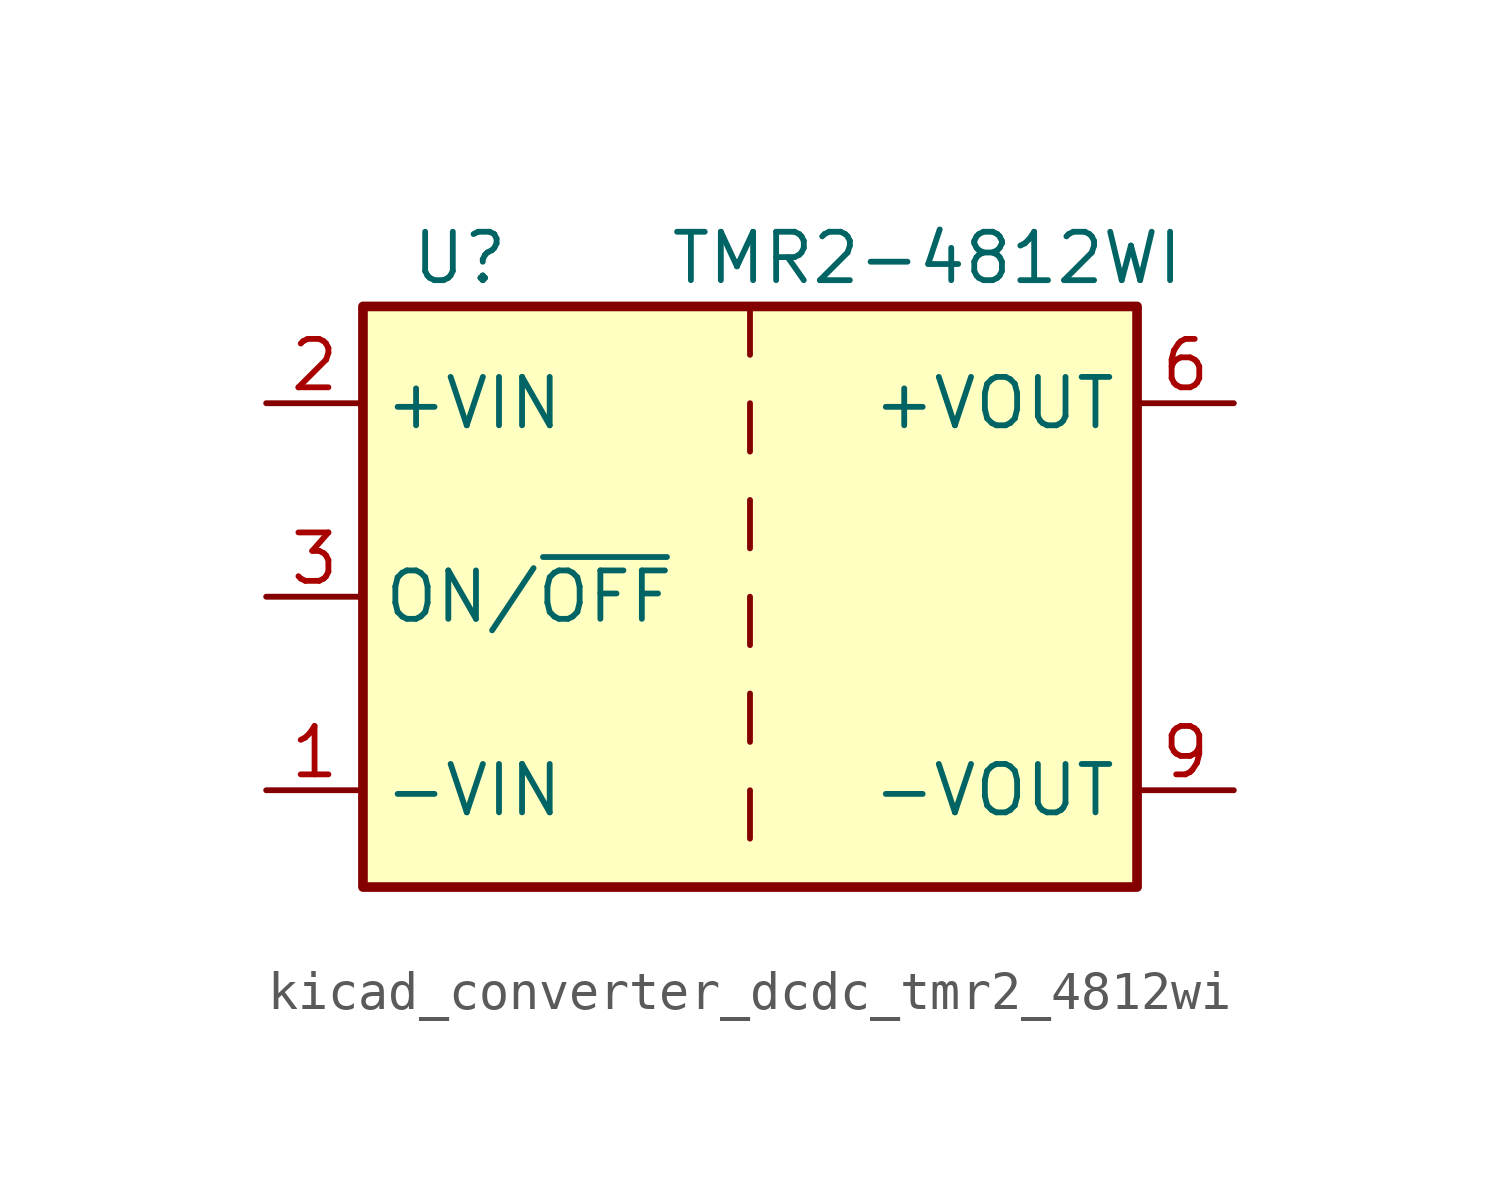
<source format=kicad_sym>
(kicad_symbol_lib
  (version 20220914)
  (generator kicad_symbol_editor)
  (symbol "kicad_converter_dcdc_tmr2_4812wi"
    (property "Reference" "U"
      (at -7.62 8.89 0)
      (effects (font (size 1.27 1.27))))
    (property "Value" "TMR2-4812WI"
      (at 11.43 8.89 0)
      (effects (font (size 1.27 1.27)) (justify right)))
    (symbol "kicad_converter_dcdc_tmr2_4812wi_0_1"
      (rectangle (start -10.16 7.62) (end 10.16 -7.62) (stroke (width 0.254) (type default)) (fill (type background)))
      (polyline (pts (xy 0 -5.08) (xy 0 -6.35)) (stroke (width 0) (type default)) (fill (type none)))
      (polyline (pts (xy 0 -2.54) (xy 0 -3.81)) (stroke (width 0) (type default)) (fill (type none)))
      (polyline (pts (xy 0 0) (xy 0 -1.27)) (stroke (width 0) (type default)) (fill (type none)))
      (polyline (pts (xy 0 2.54) (xy 0 1.27)) (stroke (width 0) (type default)) (fill (type none)))
      (polyline (pts (xy 0 5.08) (xy 0 3.81)) (stroke (width 0) (type default)) (fill (type none)))
      (polyline (pts (xy 0 7.62) (xy 0 6.35)) (stroke (width 0) (type default)) (fill (type none))))
    (symbol "kicad_converter_dcdc_tmr2_4812wi_1_1"
      (pin power_in line (at -12.7 -5.08 0) (length 2.54) (name "-VIN" (effects (font (size 1.27 1.27)))) (number "1" (effects (font (size 1.27 1.27)))))
      (pin power_in line (at -12.7 5.08 0) (length 2.54) (name "+VIN" (effects (font (size 1.27 1.27)))) (number "2" (effects (font (size 1.27 1.27)))))
      (pin input line (at -12.7 0 0) (length 2.54) (name "ON/~{OFF}" (effects (font (size 1.27 1.27)))) (number "3" (effects (font (size 1.27 1.27)))))
      (pin power_out line (at 12.7 5.08 180) (length 2.54) (name "+VOUT" (effects (font (size 1.27 1.27)))) (number "6" (effects (font (size 1.27 1.27)))))
      (pin no_connect line (at 10.16 2.54 180) (length 2.54) hide (name "NC" (effects (font (size 1.27 1.27)))) (number "7" (effects (font (size 1.27 1.27)))))
      (pin no_connect line (at 10.16 0 180) (length 2.54) hide (name "NC" (effects (font (size 1.27 1.27)))) (number "8" (effects (font (size 1.27 1.27)))))
      (pin power_out line (at 12.7 -5.08 180) (length 2.54) (name "-VOUT" (effects (font (size 1.27 1.27)))) (number "9" (effects (font (size 1.27 1.27))))))))
</source>
